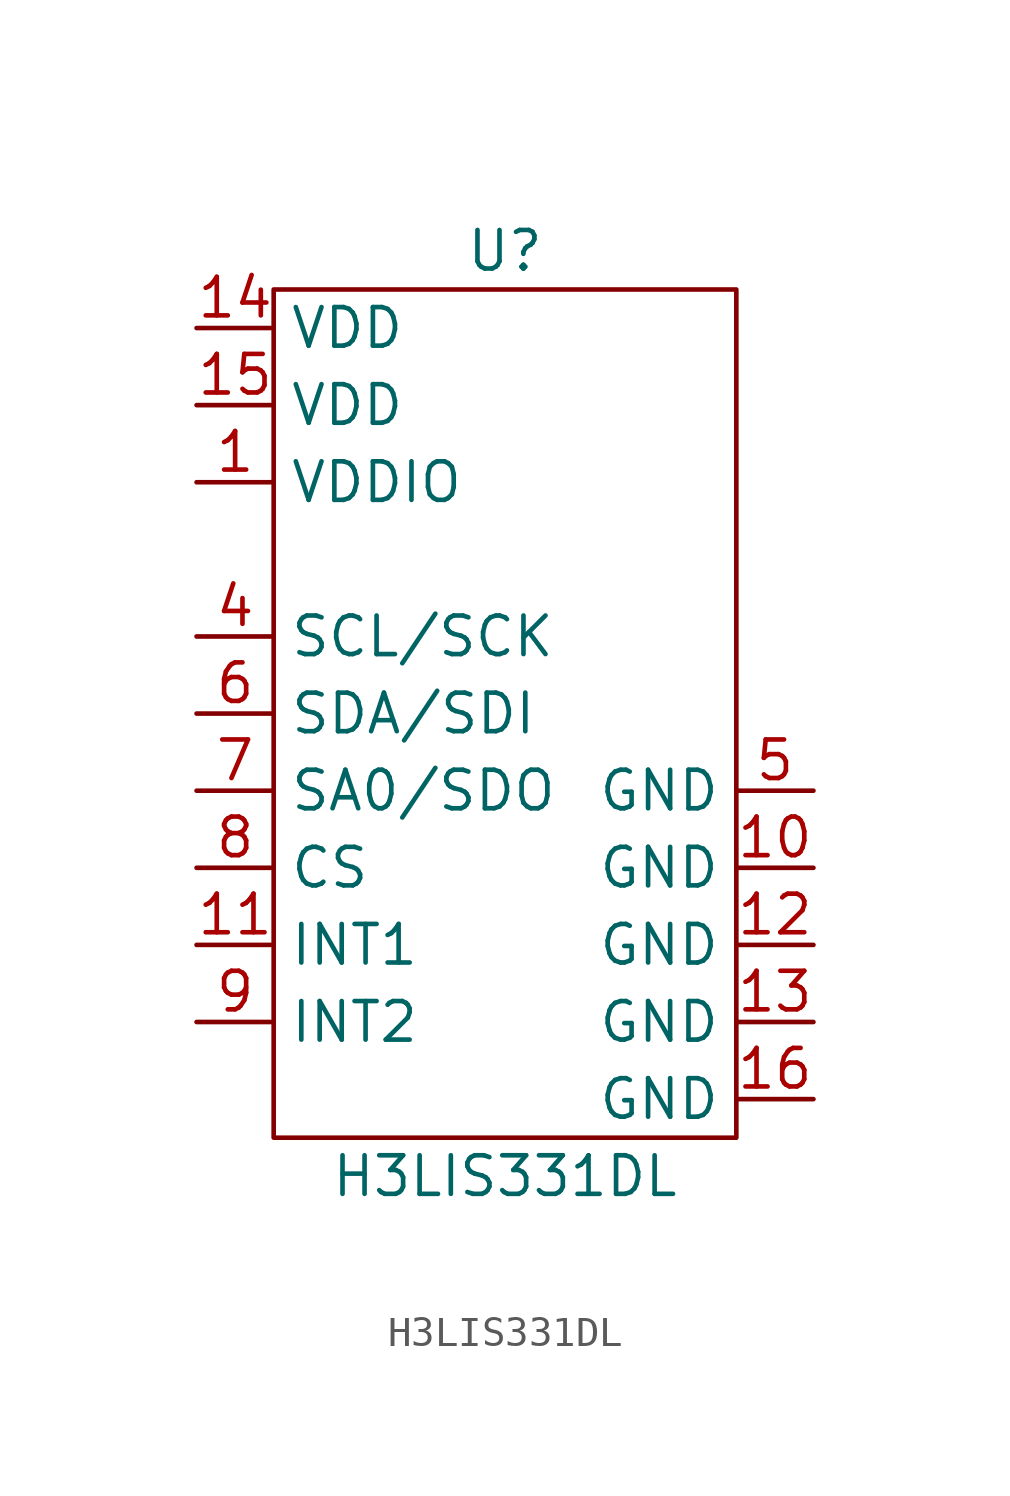
<source format=kicad_sym>
(kicad_symbol_lib
  (version 20211014)
  (generator kicad_symbol_editor)
  (symbol "H3LIS331DL"
    (property "Reference" "U"
      (at 0 16.51 0)
      (effects (font (size 1.27 1.27))))
    (property "Value" "H3LIS331DL"
      (at 0 -13.97 0)
      (effects (font (size 1.27 1.27))))
    (symbol "H3LIS331DL_0_1"
      (rectangle (start -7.62 15.24) (end 7.62 -12.7) (stroke (width 0.152) (type default) (color 0 0 0 0)) (fill (type none))))
    (symbol "H3LIS331DL_1_1"
      (pin power_in line (at -10.16 8.89 0) (length 2.54) (name "VDDIO" (effects (font (size 1.27 1.27)))) (number "1" (effects (font (size 1.27 1.27)))))
      (pin power_out line (at 10.16 -3.81 180) (length 2.54) (name "GND" (effects (font (size 1.27 1.27)))) (number "10" (effects (font (size 1.27 1.27)))))
      (pin output line (at -10.16 -6.35 0) (length 2.54) (name "INT1" (effects (font (size 1.27 1.27)))) (number "11" (effects (font (size 1.27 1.27)))))
      (pin power_out line (at 10.16 -6.35 180) (length 2.54) (name "GND" (effects (font (size 1.27 1.27)))) (number "12" (effects (font (size 1.27 1.27)))))
      (pin power_out line (at 10.16 -8.89 180) (length 2.54) (name "GND" (effects (font (size 1.27 1.27)))) (number "13" (effects (font (size 1.27 1.27)))))
      (pin power_in line (at -10.16 13.97 0) (length 2.54) (name "VDD" (effects (font (size 1.27 1.27)))) (number "14" (effects (font (size 1.27 1.27)))))
      (pin power_in line (at -10.16 11.43 0) (length 2.54) (name "VDD" (effects (font (size 1.27 1.27)))) (number "15" (effects (font (size 1.27 1.27)))))
      (pin power_out line (at 10.16 -11.43 180) (length 2.54) (name "GND" (effects (font (size 1.27 1.27)))) (number "16" (effects (font (size 1.27 1.27)))))
      (pin input line (at -10.16 3.81 0) (length 2.54) (name "SCL/SCK" (effects (font (size 1.27 1.27)))) (number "4" (effects (font (size 1.27 1.27)))))
      (pin power_out line (at 10.16 -1.27 180) (length 2.54) (name "GND" (effects (font (size 1.27 1.27)))) (number "5" (effects (font (size 1.27 1.27)))))
      (pin input line (at -10.16 1.27 0) (length 2.54) (name "SDA/SDI" (effects (font (size 1.27 1.27)))) (number "6" (effects (font (size 1.27 1.27)))))
      (pin output line (at -10.16 -1.27 0) (length 2.54) (name "SA0/SDO" (effects (font (size 1.27 1.27)))) (number "7" (effects (font (size 1.27 1.27)))))
      (pin output line (at -10.16 -3.81 0) (length 2.54) (name "CS" (effects (font (size 1.27 1.27)))) (number "8" (effects (font (size 1.27 1.27)))))
      (pin output line (at -10.16 -8.89 0) (length 2.54) (name "INT2" (effects (font (size 1.27 1.27)))) (number "9" (effects (font (size 1.27 1.27))))))))
</source>
